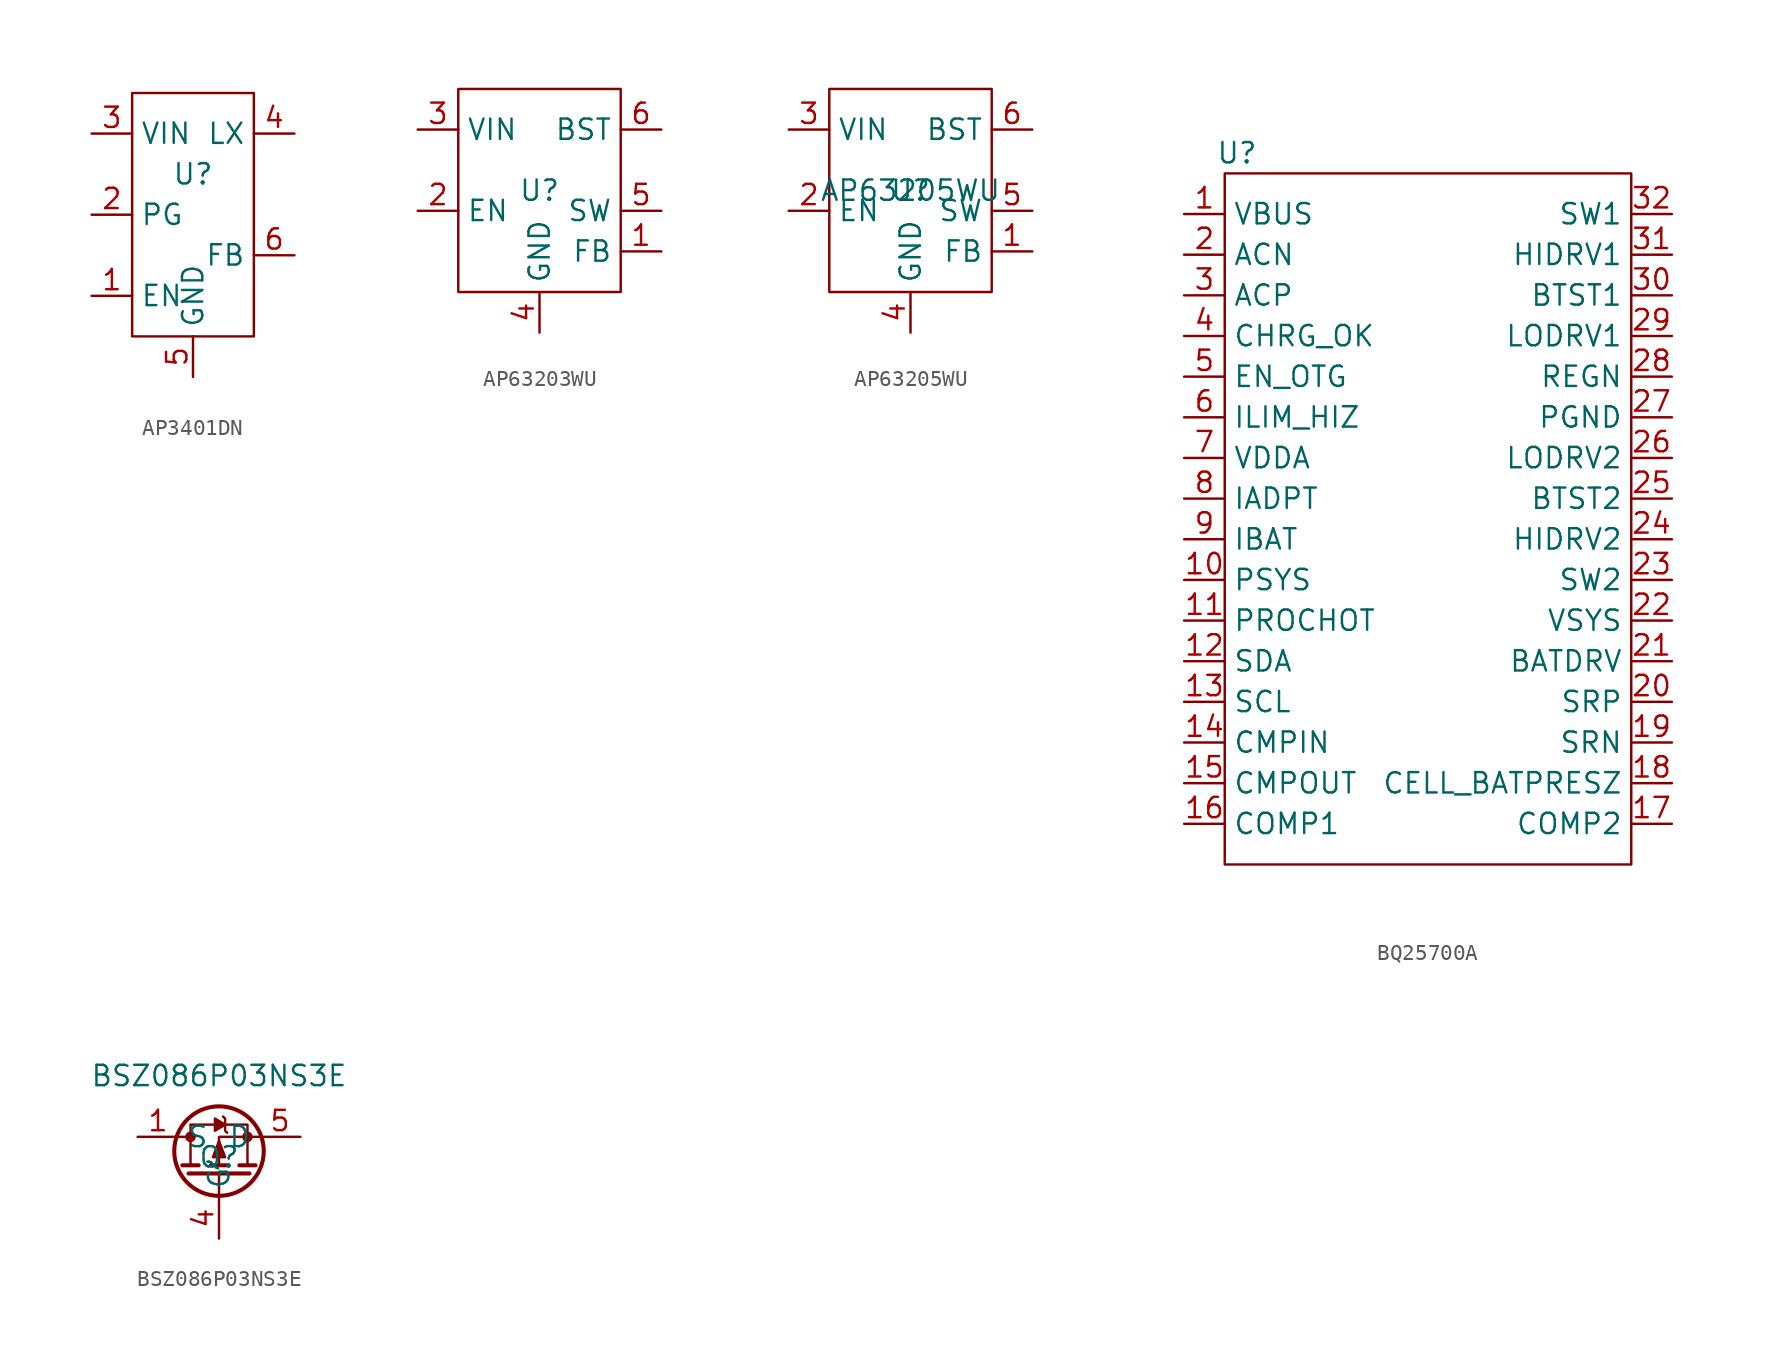
<source format=kicad_sym>
(kicad_symbol_lib
  (version 20231120)
  (generator "kicad_symbol_editor")
  (generator_version "8.0")
  (symbol "AP3401DN"
    (property "Reference" "U"
      (at 0 2.54 0)
      (effects (font (size 1.27 1.27))))
    (property "Value" ""
      (at 0 2.54 0)
      (effects (font (size 1.27 1.27))))
    (symbol "AP3401DN_0_1"
      (rectangle (start -3.81 7.62) (end 3.81 -7.62) (stroke (width 0) (type default)) (fill (type none))))
    (symbol "AP3401DN_1_1"
      (pin input line (at -6.35 -5.08 0) (length 2.54) (name "EN" (effects (font (size 1.27 1.27)))) (number "1" (effects (font (size 1.27 1.27)))))
      (pin input line (at -6.35 0 0) (length 2.54) (name "PG" (effects (font (size 1.27 1.27)))) (number "2" (effects (font (size 1.27 1.27)))))
      (pin input line (at -6.35 5.08 0) (length 2.54) (name "VIN" (effects (font (size 1.27 1.27)))) (number "3" (effects (font (size 1.27 1.27)))))
      (pin input line (at 6.35 5.08 180) (length 2.54) (name "LX" (effects (font (size 1.27 1.27)))) (number "4" (effects (font (size 1.27 1.27)))))
      (pin input line (at 0 -10.16 90) (length 2.54) (name "GND" (effects (font (size 1.27 1.27)))) (number "5" (effects (font (size 1.27 1.27)))))
      (pin input line (at 6.35 -2.54 180) (length 2.54) (name "FB" (effects (font (size 1.27 1.27)))) (number "6" (effects (font (size 1.27 1.27)))))))
  (symbol "AP63203WU"
    (property "Reference" "U"
      (at 0 0 0)
      (effects (font (size 1.27 1.27))))
    (property "Value" ""
      (at 0 0 0)
      (effects (font (size 1.27 1.27))))
    (symbol "AP63203WU_0_1"
      (rectangle (start -5.08 6.35) (end 5.08 -6.35) (stroke (width 0) (type default)) (fill (type none))))
    (symbol "AP63203WU_1_1"
      (pin input line (at 7.62 -3.81 180) (length 2.54) (name "FB" (effects (font (size 1.27 1.27)))) (number "1" (effects (font (size 1.27 1.27)))))
      (pin input line (at -7.62 -1.27 0) (length 2.54) (name "EN" (effects (font (size 1.27 1.27)))) (number "2" (effects (font (size 1.27 1.27)))))
      (pin input line (at -7.62 3.81 0) (length 2.54) (name "VIN" (effects (font (size 1.27 1.27)))) (number "3" (effects (font (size 1.27 1.27)))))
      (pin input line (at 0 -8.89 90) (length 2.54) (name "GND" (effects (font (size 1.27 1.27)))) (number "4" (effects (font (size 1.27 1.27)))))
      (pin input line (at 7.62 -1.27 180) (length 2.54) (name "SW" (effects (font (size 1.27 1.27)))) (number "5" (effects (font (size 1.27 1.27)))))
      (pin input line (at 7.62 3.81 180) (length 2.54) (name "BST" (effects (font (size 1.27 1.27)))) (number "6" (effects (font (size 1.27 1.27)))))))
  (symbol "AP63205WU"
    (property "Reference" "U"
      (at 0 0 0)
      (effects (font (size 1.27 1.27))))
    (property "Value" "AP63205WU"
      (at 0 0 0)
      (effects (font (size 1.27 1.27))))
    (symbol "AP63205WU_0_1"
      (rectangle (start -5.08 6.35) (end 5.08 -6.35) (stroke (width 0) (type default)) (fill (type none))))
    (symbol "AP63205WU_1_1"
      (pin input line (at 7.62 -3.81 180) (length 2.54) (name "FB" (effects (font (size 1.27 1.27)))) (number "1" (effects (font (size 1.27 1.27)))))
      (pin input line (at -7.62 -1.27 0) (length 2.54) (name "EN" (effects (font (size 1.27 1.27)))) (number "2" (effects (font (size 1.27 1.27)))))
      (pin input line (at -7.62 3.81 0) (length 2.54) (name "VIN" (effects (font (size 1.27 1.27)))) (number "3" (effects (font (size 1.27 1.27)))))
      (pin input line (at 0 -8.89 90) (length 2.54) (name "GND" (effects (font (size 1.27 1.27)))) (number "4" (effects (font (size 1.27 1.27)))))
      (pin input line (at 7.62 -1.27 180) (length 2.54) (name "SW" (effects (font (size 1.27 1.27)))) (number "5" (effects (font (size 1.27 1.27)))))
      (pin input line (at 7.62 3.81 180) (length 2.54) (name "BST" (effects (font (size 1.27 1.27)))) (number "6" (effects (font (size 1.27 1.27)))))))
  (symbol "BQ25700A"
    (property "Reference" "U"
      (at -11.938 22.86 0)
      (effects (font (size 1.27 1.27))))
    (property "Value" ""
      (at -6.35 15.24 0)
      (effects (font (size 1.27 1.27))))
    (symbol "BQ25700A_0_1"
      (rectangle (start -12.7 21.59) (end 12.7 -21.59) (stroke (width 0) (type default)) (fill (type none))))
    (symbol "BQ25700A_1_1"
      (pin input line (at -15.24 19.05 0) (length 2.54) (name "VBUS" (effects (font (size 1.27 1.27)))) (number "1" (effects (font (size 1.27 1.27)))))
      (pin input line (at -15.24 -3.81 0) (length 2.54) (name "PSYS" (effects (font (size 1.27 1.27)))) (number "10" (effects (font (size 1.27 1.27)))))
      (pin input line (at -15.24 -6.35 0) (length 2.54) (name "PROCHOT" (effects (font (size 1.27 1.27)))) (number "11" (effects (font (size 1.27 1.27)))))
      (pin input line (at -15.24 -8.89 0) (length 2.54) (name "SDA" (effects (font (size 1.27 1.27)))) (number "12" (effects (font (size 1.27 1.27)))))
      (pin input line (at -15.24 -11.43 0) (length 2.54) (name "SCL" (effects (font (size 1.27 1.27)))) (number "13" (effects (font (size 1.27 1.27)))))
      (pin input line (at -15.24 -13.97 0) (length 2.54) (name "CMPIN" (effects (font (size 1.27 1.27)))) (number "14" (effects (font (size 1.27 1.27)))))
      (pin input line (at -15.24 -16.51 0) (length 2.54) (name "CMPOUT" (effects (font (size 1.27 1.27)))) (number "15" (effects (font (size 1.27 1.27)))))
      (pin input line (at -15.24 -19.05 0) (length 2.54) (name "COMP1" (effects (font (size 1.27 1.27)))) (number "16" (effects (font (size 1.27 1.27)))))
      (pin input line (at 15.24 -19.05 180) (length 2.54) (name "COMP2" (effects (font (size 1.27 1.27)))) (number "17" (effects (font (size 1.27 1.27)))))
      (pin input line (at 15.24 -16.51 180) (length 2.54) (name "CELL_BATPRESZ" (effects (font (size 1.27 1.27)))) (number "18" (effects (font (size 1.27 1.27)))))
      (pin input line (at 15.24 -13.97 180) (length 2.54) (name "SRN" (effects (font (size 1.27 1.27)))) (number "19" (effects (font (size 1.27 1.27)))))
      (pin input line (at -15.24 16.51 0) (length 2.54) (name "ACN" (effects (font (size 1.27 1.27)))) (number "2" (effects (font (size 1.27 1.27)))))
      (pin input line (at 15.24 -11.43 180) (length 2.54) (name "SRP" (effects (font (size 1.27 1.27)))) (number "20" (effects (font (size 1.27 1.27)))))
      (pin input line (at 15.24 -8.89 180) (length 2.54) (name "BATDRV" (effects (font (size 1.27 1.27)))) (number "21" (effects (font (size 1.27 1.27)))))
      (pin input line (at 15.24 -6.35 180) (length 2.54) (name "VSYS" (effects (font (size 1.27 1.27)))) (number "22" (effects (font (size 1.27 1.27)))))
      (pin input line (at 15.24 -3.81 180) (length 2.54) (name "SW2" (effects (font (size 1.27 1.27)))) (number "23" (effects (font (size 1.27 1.27)))))
      (pin input line (at 15.24 -1.27 180) (length 2.54) (name "HIDRV2" (effects (font (size 1.27 1.27)))) (number "24" (effects (font (size 1.27 1.27)))))
      (pin input line (at 15.24 1.27 180) (length 2.54) (name "BTST2" (effects (font (size 1.27 1.27)))) (number "25" (effects (font (size 1.27 1.27)))))
      (pin input line (at 15.24 3.81 180) (length 2.54) (name "LODRV2" (effects (font (size 1.27 1.27)))) (number "26" (effects (font (size 1.27 1.27)))))
      (pin input line (at 15.24 6.35 180) (length 2.54) (name "PGND" (effects (font (size 1.27 1.27)))) (number "27" (effects (font (size 1.27 1.27)))))
      (pin input line (at 15.24 8.89 180) (length 2.54) (name "REGN" (effects (font (size 1.27 1.27)))) (number "28" (effects (font (size 1.27 1.27)))))
      (pin input line (at 15.24 11.43 180) (length 2.54) (name "LODRV1" (effects (font (size 1.27 1.27)))) (number "29" (effects (font (size 1.27 1.27)))))
      (pin input line (at -15.24 13.97 0) (length 2.54) (name "ACP" (effects (font (size 1.27 1.27)))) (number "3" (effects (font (size 1.27 1.27)))))
      (pin input line (at 15.24 13.97 180) (length 2.54) (name "BTST1" (effects (font (size 1.27 1.27)))) (number "30" (effects (font (size 1.27 1.27)))))
      (pin input line (at 15.24 16.51 180) (length 2.54) (name "HIDRV1" (effects (font (size 1.27 1.27)))) (number "31" (effects (font (size 1.27 1.27)))))
      (pin input line (at 15.24 19.05 180) (length 2.54) (name "SW1" (effects (font (size 1.27 1.27)))) (number "32" (effects (font (size 1.27 1.27)))))
      (pin input line (at -15.24 11.43 0) (length 2.54) (name "CHRG_OK" (effects (font (size 1.27 1.27)))) (number "4" (effects (font (size 1.27 1.27)))))
      (pin input line (at -15.24 8.89 0) (length 2.54) (name "EN_OTG" (effects (font (size 1.27 1.27)))) (number "5" (effects (font (size 1.27 1.27)))))
      (pin input line (at -15.24 6.35 0) (length 2.54) (name "ILIM_HIZ" (effects (font (size 1.27 1.27)))) (number "6" (effects (font (size 1.27 1.27)))))
      (pin input line (at -15.24 3.81 0) (length 2.54) (name "VDDA" (effects (font (size 1.27 1.27)))) (number "7" (effects (font (size 1.27 1.27)))))
      (pin input line (at -15.24 1.27 0) (length 2.54) (name "IADPT" (effects (font (size 1.27 1.27)))) (number "8" (effects (font (size 1.27 1.27)))))
      (pin input line (at -15.24 -1.27 0) (length 2.54) (name "IBAT" (effects (font (size 1.27 1.27)))) (number "9" (effects (font (size 1.27 1.27)))))))
  (symbol "BSZ086P03NS3E"
    (property "Reference" "Q"
      (at 0 0 0)
      (effects (font (size 1.27 1.27))))
    (property "Value" "BSZ086P03NS3E"
      (at 0 5.08 0)
      (effects (font (size 1.27 1.27))))
    (symbol "BSZ086P03NS3E_0_1"
      (circle (center -1.778 1.27) (radius 0.254) (stroke (width 0) (type default)) (fill (type outline)))
      (polyline (pts (xy -2.54 1.27) (xy -1.778 1.27)) (stroke (width 0) (type default)) (fill (type none)))
      (polyline (pts (xy -2.286 -0.508) (xy -1.27 -0.508)) (stroke (width 0.254) (type default)) (fill (type none)))
      (polyline (pts (xy -1.905 -1.016) (xy 1.905 -1.016)) (stroke (width 0.254) (type default)) (fill (type none)))
      (polyline (pts (xy -0.508 -0.508) (xy 0.508 -0.508)) (stroke (width 0.254) (type default)) (fill (type none)))
      (polyline (pts (xy 0 -1.016) (xy 0 -2.54)) (stroke (width 0) (type default)) (fill (type none)))
      (polyline (pts (xy 1.27 -0.508) (xy 2.286 -0.508)) (stroke (width 0.254) (type default)) (fill (type none)))
      (polyline (pts (xy 2.54 1.27) (xy 0 1.27) (xy 0 -0.508)) (stroke (width 0) (type default)) (fill (type none)))
      (polyline (pts (xy -1.778 -0.508) (xy -1.778 2.032) (xy 1.778 2.032) (xy 1.778 -0.508)) (stroke (width 0) (type default)) (fill (type none)))
      (polyline (pts (xy 0 1.016) (xy -0.381 0) (xy 0.381 0) (xy 0 1.016)) (stroke (width 0) (type default)) (fill (type outline)))
      (polyline (pts (xy 0.508 1.524) (xy 0.381 1.651) (xy 0.381 2.413) (xy 0.254 2.54)) (stroke (width 0) (type default)) (fill (type none)))
      (circle (center 0 0.381) (radius 2.794) (stroke (width 0.254) (type default)) (fill (type none)))
      (circle (center 1.778 1.27) (radius 0.254) (stroke (width 0) (type default)) (fill (type outline))))
    (symbol "BSZ086P03NS3E_1_1"
      (polyline (pts (xy 0.381 2.032) (xy -0.254 1.651) (xy -0.254 2.413) (xy 0.381 2.032)) (stroke (width 0) (type default)) (fill (type outline)))
      (pin unspecified line (at -5.08 1.27 0) (length 2.54) (name "S" (effects (font (size 1.27 1.27)))) (number "1" (effects (font (size 1.27 1.27)))))
      (pin unspecified line (at -5.08 1.27 0) (length 2.54) hide (name "S" (effects (font (size 1.27 1.27)))) (number "2" (effects (font (size 1.27 1.27)))))
      (pin unspecified line (at -5.08 1.27 0) (length 2.54) hide (name "S" (effects (font (size 1.27 1.27)))) (number "3" (effects (font (size 1.27 1.27)))))
      (pin unspecified line (at 0 -5.08 90) (length 2.54) (name "G" (effects (font (size 1.27 1.27)))) (number "4" (effects (font (size 1.27 1.27)))))
      (pin unspecified line (at 5.08 1.27 180) (length 2.54) (name "D" (effects (font (size 1.27 1.27)))) (number "5" (effects (font (size 1.27 1.27)))))
      (pin unspecified line (at 5.08 1.27 180) (length 2.54) hide (name "D" (effects (font (size 1.27 1.27)))) (number "6" (effects (font (size 1.27 1.27)))))
      (pin unspecified line (at 5.08 1.27 180) (length 2.54) hide (name "D" (effects (font (size 1.27 1.27)))) (number "7" (effects (font (size 1.27 1.27)))))
      (pin unspecified line (at 5.08 1.27 180) (length 2.54) hide (name "D" (effects (font (size 1.27 1.27)))) (number "8" (effects (font (size 1.27 1.27))))))))
</source>
